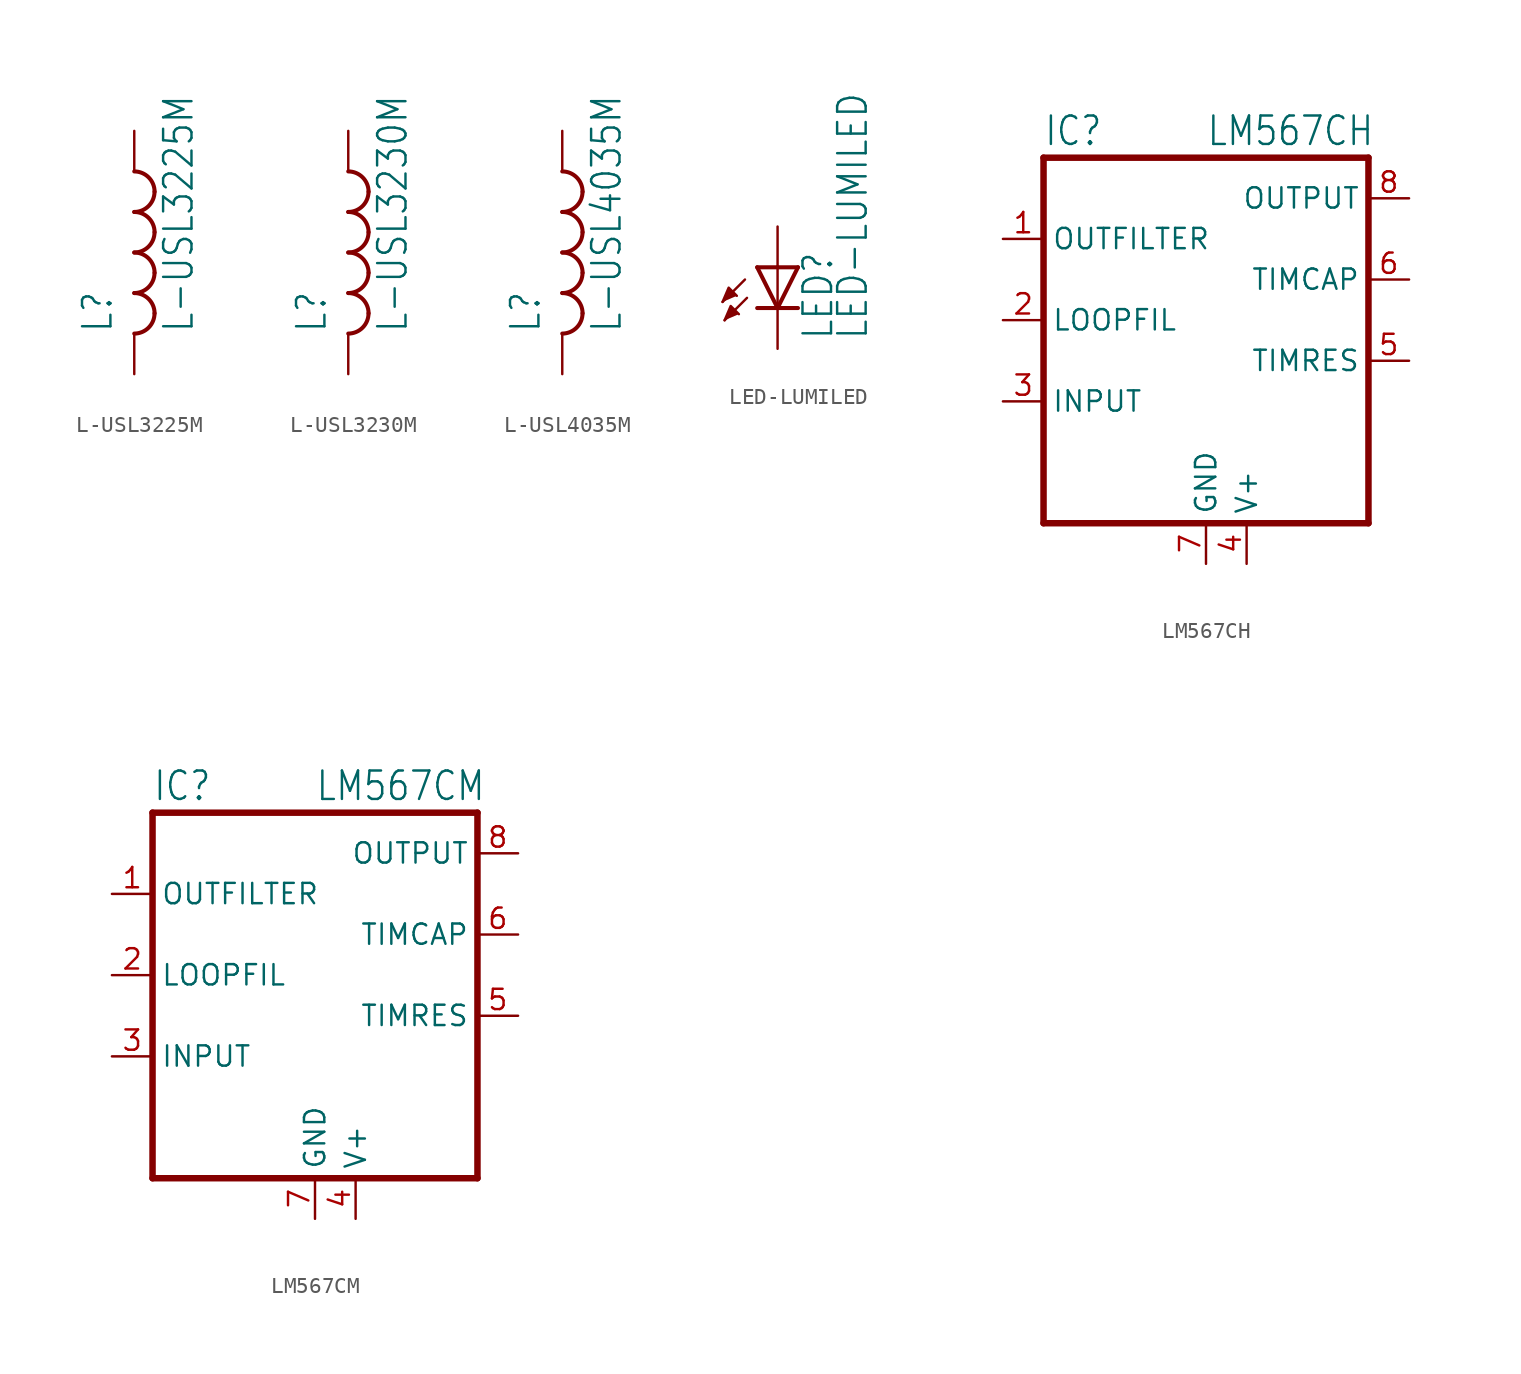
<source format=kicad_sym>
(kicad_symbol_lib
  (version 20211014)
  (generator kicad_symbol_editor)
  (symbol "L-USL3225M"
    (property "Reference" "L"
      (at -1.27 -5.08 90)
      (effects (font (size 1.778 1.511)) (justify left bottom)))
    (property "Value" "L-USL3225M"
      (at 3.81 -5.08 90)
      (effects (font (size 1.778 1.511)) (justify left bottom)))
    (property "ki_locked" ""
      (at 0 0 0)
      (effects (font (size 1.27 1.27))))
    (symbol "L-USL3225M_1_0"
      (arc (start 0 -5.08) (mid 0.898 -4.708) (end 1.27 -3.81) (stroke (width 0.254) (type default) (color 0 0 0 0)) (fill (type none)))
      (arc (start 0 -2.54) (mid 0.898 -2.168) (end 1.27 -1.27) (stroke (width 0.254) (type default) (color 0 0 0 0)) (fill (type none)))
      (arc (start 0 0) (mid 0.898 0.372) (end 1.27 1.27) (stroke (width 0.254) (type default) (color 0 0 0 0)) (fill (type none)))
      (arc (start 0 2.54) (mid 0.898 2.912) (end 1.27 3.81) (stroke (width 0.254) (type default) (color 0 0 0 0)) (fill (type none)))
      (arc (start 1.27 -3.81) (mid 0.898 -2.912) (end 0 -2.54) (stroke (width 0.254) (type default) (color 0 0 0 0)) (fill (type none)))
      (arc (start 1.27 -1.27) (mid 0.898 -0.372) (end 0 0) (stroke (width 0.254) (type default) (color 0 0 0 0)) (fill (type none)))
      (arc (start 1.27 1.27) (mid 0.898 2.168) (end 0 2.54) (stroke (width 0.254) (type default) (color 0 0 0 0)) (fill (type none)))
      (arc (start 1.27 3.81) (mid 0.898 4.708) (end 0 5.08) (stroke (width 0.254) (type default) (color 0 0 0 0)) (fill (type none)))
      (pin passive line (at 0 7.62 270) (length 2.54) (name "1" (effects (font (size 0 0)))) (number "1" (effects (font (size 0 0)))))
      (pin passive line (at 0 -7.62 90) (length 2.54) (name "2" (effects (font (size 0 0)))) (number "2" (effects (font (size 0 0)))))))
  (symbol "L-USL3230M"
    (property "Reference" "L"
      (at -1.27 -5.08 90)
      (effects (font (size 1.778 1.511)) (justify left bottom)))
    (property "Value" "L-USL3230M"
      (at 3.81 -5.08 90)
      (effects (font (size 1.778 1.511)) (justify left bottom)))
    (property "ki_locked" ""
      (at 0 0 0)
      (effects (font (size 1.27 1.27))))
    (symbol "L-USL3230M_1_0"
      (arc (start 0 -5.08) (mid 0.898 -4.708) (end 1.27 -3.81) (stroke (width 0.254) (type default) (color 0 0 0 0)) (fill (type none)))
      (arc (start 0 -2.54) (mid 0.898 -2.168) (end 1.27 -1.27) (stroke (width 0.254) (type default) (color 0 0 0 0)) (fill (type none)))
      (arc (start 0 0) (mid 0.898 0.372) (end 1.27 1.27) (stroke (width 0.254) (type default) (color 0 0 0 0)) (fill (type none)))
      (arc (start 0 2.54) (mid 0.898 2.912) (end 1.27 3.81) (stroke (width 0.254) (type default) (color 0 0 0 0)) (fill (type none)))
      (arc (start 1.27 -3.81) (mid 0.898 -2.912) (end 0 -2.54) (stroke (width 0.254) (type default) (color 0 0 0 0)) (fill (type none)))
      (arc (start 1.27 -1.27) (mid 0.898 -0.372) (end 0 0) (stroke (width 0.254) (type default) (color 0 0 0 0)) (fill (type none)))
      (arc (start 1.27 1.27) (mid 0.898 2.168) (end 0 2.54) (stroke (width 0.254) (type default) (color 0 0 0 0)) (fill (type none)))
      (arc (start 1.27 3.81) (mid 0.898 4.708) (end 0 5.08) (stroke (width 0.254) (type default) (color 0 0 0 0)) (fill (type none)))
      (pin passive line (at 0 7.62 270) (length 2.54) (name "1" (effects (font (size 0 0)))) (number "1" (effects (font (size 0 0)))))
      (pin passive line (at 0 -7.62 90) (length 2.54) (name "2" (effects (font (size 0 0)))) (number "2" (effects (font (size 0 0)))))))
  (symbol "L-USL4035M"
    (property "Reference" "L"
      (at -1.27 -5.08 90)
      (effects (font (size 1.778 1.511)) (justify left bottom)))
    (property "Value" "L-USL4035M"
      (at 3.81 -5.08 90)
      (effects (font (size 1.778 1.511)) (justify left bottom)))
    (property "ki_locked" ""
      (at 0 0 0)
      (effects (font (size 1.27 1.27))))
    (symbol "L-USL4035M_1_0"
      (arc (start 0 -5.08) (mid 0.898 -4.708) (end 1.27 -3.81) (stroke (width 0.254) (type default) (color 0 0 0 0)) (fill (type none)))
      (arc (start 0 -2.54) (mid 0.898 -2.168) (end 1.27 -1.27) (stroke (width 0.254) (type default) (color 0 0 0 0)) (fill (type none)))
      (arc (start 0 0) (mid 0.898 0.372) (end 1.27 1.27) (stroke (width 0.254) (type default) (color 0 0 0 0)) (fill (type none)))
      (arc (start 0 2.54) (mid 0.898 2.912) (end 1.27 3.81) (stroke (width 0.254) (type default) (color 0 0 0 0)) (fill (type none)))
      (arc (start 1.27 -3.81) (mid 0.898 -2.912) (end 0 -2.54) (stroke (width 0.254) (type default) (color 0 0 0 0)) (fill (type none)))
      (arc (start 1.27 -1.27) (mid 0.898 -0.372) (end 0 0) (stroke (width 0.254) (type default) (color 0 0 0 0)) (fill (type none)))
      (arc (start 1.27 1.27) (mid 0.898 2.168) (end 0 2.54) (stroke (width 0.254) (type default) (color 0 0 0 0)) (fill (type none)))
      (arc (start 1.27 3.81) (mid 0.898 4.708) (end 0 5.08) (stroke (width 0.254) (type default) (color 0 0 0 0)) (fill (type none)))
      (pin passive line (at 0 7.62 270) (length 2.54) (name "1" (effects (font (size 0 0)))) (number "1" (effects (font (size 0 0)))))
      (pin passive line (at 0 -7.62 90) (length 2.54) (name "2" (effects (font (size 0 0)))) (number "2" (effects (font (size 0 0)))))))
  (symbol "LED-LUMILED"
    (property "Reference" "LED"
      (at 3.556 -4.572 90)
      (effects (font (size 1.778 1.511)) (justify left bottom)))
    (property "Value" "LED-LUMILED"
      (at 5.715 -4.572 90)
      (effects (font (size 1.778 1.511)) (justify left bottom)))
    (property "ki_locked" ""
      (at 0 0 0)
      (effects (font (size 1.27 1.27))))
    (symbol "LED-LUMILED_1_0"
      (polyline (pts (xy -2.032 -0.762) (xy -3.429 -2.159)) (stroke (width 0.152) (type default) (color 0 0 0 0)) (fill (type none)))
      (polyline (pts (xy -1.905 -1.905) (xy -3.302 -3.302)) (stroke (width 0.152) (type default) (color 0 0 0 0)) (fill (type none)))
      (polyline (pts (xy 0 -2.54) (xy -1.27 -2.54)) (stroke (width 0.254) (type default) (color 0 0 0 0)) (fill (type none)))
      (polyline (pts (xy 0 -2.54) (xy -1.27 0)) (stroke (width 0.254) (type default) (color 0 0 0 0)) (fill (type none)))
      (polyline (pts (xy 0 0) (xy -1.27 0)) (stroke (width 0.254) (type default) (color 0 0 0 0)) (fill (type none)))
      (polyline (pts (xy 0 0) (xy 0 -2.54)) (stroke (width 0.152) (type default) (color 0 0 0 0)) (fill (type none)))
      (polyline (pts (xy 1.27 -2.54) (xy 0 -2.54)) (stroke (width 0.254) (type default) (color 0 0 0 0)) (fill (type none)))
      (polyline (pts (xy 1.27 0) (xy 0 -2.54)) (stroke (width 0.254) (type default) (color 0 0 0 0)) (fill (type none)))
      (polyline (pts (xy 1.27 0) (xy 0 0)) (stroke (width 0.254) (type default) (color 0 0 0 0)) (fill (type none)))
      (polyline (pts (xy -3.429 -2.159) (xy -3.048 -1.27) (xy -2.54 -1.778)) (stroke (width 0) (type default) (color 0 0 0 0)) (fill (type outline)))
      (polyline (pts (xy -3.302 -3.302) (xy -2.921 -2.413) (xy -2.413 -2.921)) (stroke (width 0) (type default) (color 0 0 0 0)) (fill (type outline)))
      (pin passive line (at 0 2.54 270) (length 2.54) (name "A" (effects (font (size 0 0)))) (number "2+" (effects (font (size 0 0)))))
      (pin passive line (at 0 -5.08 90) (length 2.54) (name "C" (effects (font (size 0 0)))) (number "4-" (effects (font (size 0 0)))))))
  (symbol "LM567CH"
    (property "Reference" "IC"
      (at -10.16 15.875 0)
      (effects (font (size 1.778 1.511)) (justify left bottom)))
    (property "Value" "LM567CH"
      (at 0 15.875 0)
      (effects (font (size 1.778 1.511)) (justify left bottom)))
    (property "ki_locked" ""
      (at 0 0 0)
      (effects (font (size 1.27 1.27))))
    (symbol "LM567CH_1_0"
      (polyline (pts (xy -10.16 -7.62) (xy 10.16 -7.62)) (stroke (width 0.406) (type default) (color 0 0 0 0)) (fill (type none)))
      (polyline (pts (xy -10.16 15.24) (xy -10.16 -7.62)) (stroke (width 0.406) (type default) (color 0 0 0 0)) (fill (type none)))
      (polyline (pts (xy 10.16 -7.62) (xy 10.16 15.24)) (stroke (width 0.406) (type default) (color 0 0 0 0)) (fill (type none)))
      (polyline (pts (xy 10.16 15.24) (xy -10.16 15.24)) (stroke (width 0.406) (type default) (color 0 0 0 0)) (fill (type none)))
      (pin output line (at -12.7 10.16 0) (length 2.54) (name "OUTFILTER" (effects (font (size 1.27 1.27)))) (number "1" (effects (font (size 1.27 1.27)))))
      (pin passive line (at -12.7 5.08 0) (length 2.54) (name "LOOPFIL" (effects (font (size 1.27 1.27)))) (number "2" (effects (font (size 1.27 1.27)))))
      (pin input line (at -12.7 0 0) (length 2.54) (name "INPUT" (effects (font (size 1.27 1.27)))) (number "3" (effects (font (size 1.27 1.27)))))
      (pin power_in line (at 2.54 -10.16 90) (length 2.54) (name "V+" (effects (font (size 1.27 1.27)))) (number "4" (effects (font (size 1.27 1.27)))))
      (pin passive line (at 12.7 2.54 180) (length 2.54) (name "TIMRES" (effects (font (size 1.27 1.27)))) (number "5" (effects (font (size 1.27 1.27)))))
      (pin passive line (at 12.7 7.62 180) (length 2.54) (name "TIMCAP" (effects (font (size 1.27 1.27)))) (number "6" (effects (font (size 1.27 1.27)))))
      (pin power_in line (at 0 -10.16 90) (length 2.54) (name "GND" (effects (font (size 1.27 1.27)))) (number "7" (effects (font (size 1.27 1.27)))))
      (pin output line (at 12.7 12.7 180) (length 2.54) (name "OUTPUT" (effects (font (size 1.27 1.27)))) (number "8" (effects (font (size 1.27 1.27)))))))
  (symbol "LM567CM"
    (property "Reference" "IC"
      (at -10.16 15.875 0)
      (effects (font (size 1.778 1.511)) (justify left bottom)))
    (property "Value" "LM567CM"
      (at 0 15.875 0)
      (effects (font (size 1.778 1.511)) (justify left bottom)))
    (property "ki_locked" ""
      (at 0 0 0)
      (effects (font (size 1.27 1.27))))
    (symbol "LM567CM_1_0"
      (polyline (pts (xy -10.16 -7.62) (xy 10.16 -7.62)) (stroke (width 0.406) (type default) (color 0 0 0 0)) (fill (type none)))
      (polyline (pts (xy -10.16 15.24) (xy -10.16 -7.62)) (stroke (width 0.406) (type default) (color 0 0 0 0)) (fill (type none)))
      (polyline (pts (xy 10.16 -7.62) (xy 10.16 15.24)) (stroke (width 0.406) (type default) (color 0 0 0 0)) (fill (type none)))
      (polyline (pts (xy 10.16 15.24) (xy -10.16 15.24)) (stroke (width 0.406) (type default) (color 0 0 0 0)) (fill (type none)))
      (pin output line (at -12.7 10.16 0) (length 2.54) (name "OUTFILTER" (effects (font (size 1.27 1.27)))) (number "1" (effects (font (size 1.27 1.27)))))
      (pin passive line (at -12.7 5.08 0) (length 2.54) (name "LOOPFIL" (effects (font (size 1.27 1.27)))) (number "2" (effects (font (size 1.27 1.27)))))
      (pin input line (at -12.7 0 0) (length 2.54) (name "INPUT" (effects (font (size 1.27 1.27)))) (number "3" (effects (font (size 1.27 1.27)))))
      (pin power_in line (at 2.54 -10.16 90) (length 2.54) (name "V+" (effects (font (size 1.27 1.27)))) (number "4" (effects (font (size 1.27 1.27)))))
      (pin passive line (at 12.7 2.54 180) (length 2.54) (name "TIMRES" (effects (font (size 1.27 1.27)))) (number "5" (effects (font (size 1.27 1.27)))))
      (pin passive line (at 12.7 7.62 180) (length 2.54) (name "TIMCAP" (effects (font (size 1.27 1.27)))) (number "6" (effects (font (size 1.27 1.27)))))
      (pin power_in line (at 0 -10.16 90) (length 2.54) (name "GND" (effects (font (size 1.27 1.27)))) (number "7" (effects (font (size 1.27 1.27)))))
      (pin output line (at 12.7 12.7 180) (length 2.54) (name "OUTPUT" (effects (font (size 1.27 1.27)))) (number "8" (effects (font (size 1.27 1.27))))))))
</source>
